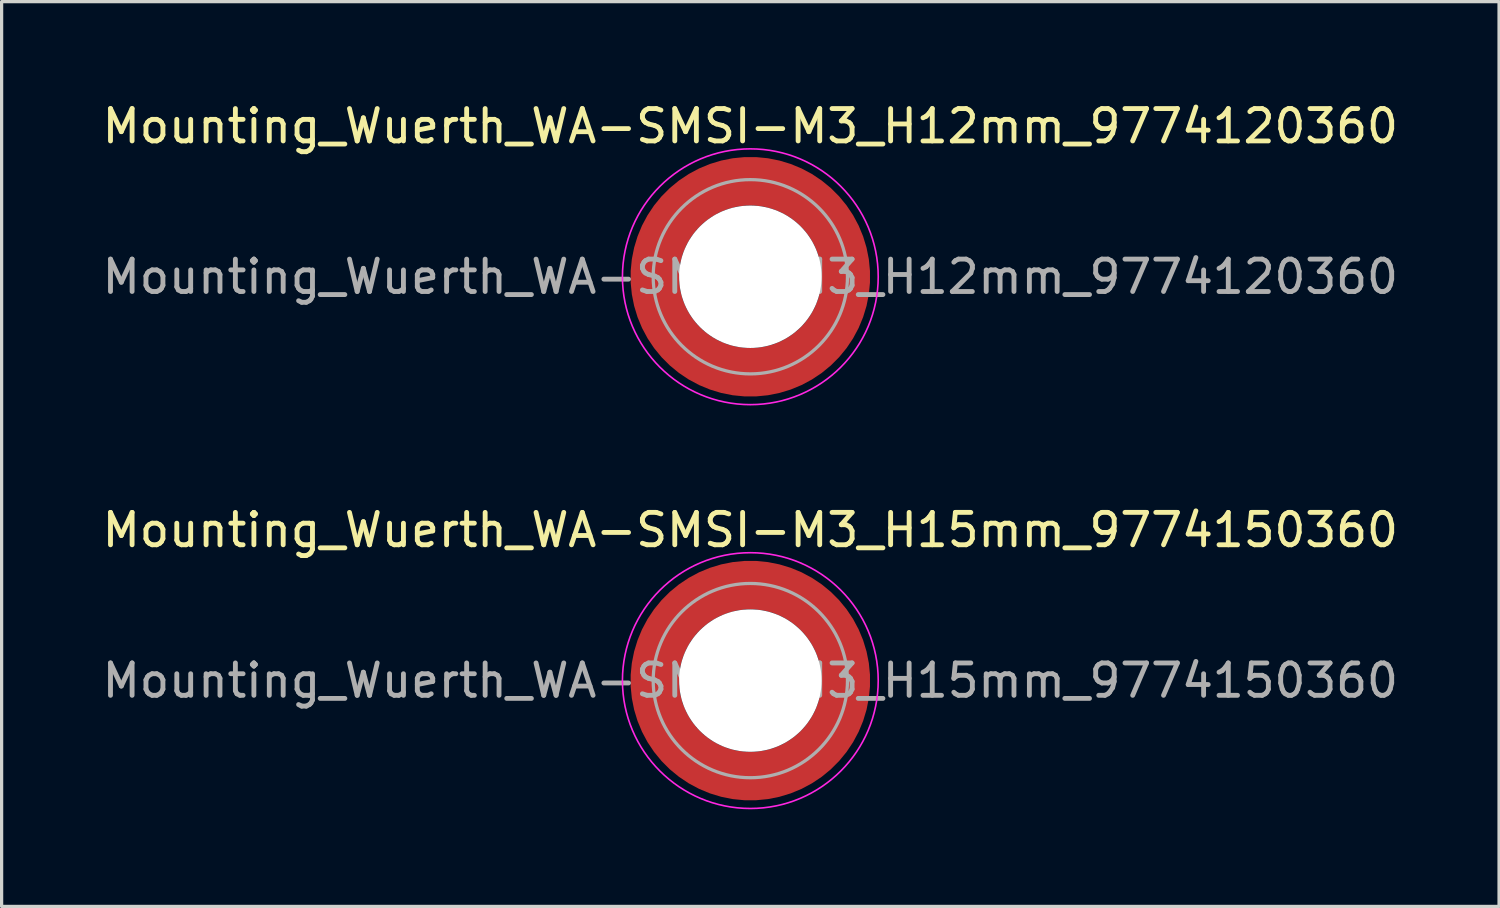
<source format=kicad_pcb>
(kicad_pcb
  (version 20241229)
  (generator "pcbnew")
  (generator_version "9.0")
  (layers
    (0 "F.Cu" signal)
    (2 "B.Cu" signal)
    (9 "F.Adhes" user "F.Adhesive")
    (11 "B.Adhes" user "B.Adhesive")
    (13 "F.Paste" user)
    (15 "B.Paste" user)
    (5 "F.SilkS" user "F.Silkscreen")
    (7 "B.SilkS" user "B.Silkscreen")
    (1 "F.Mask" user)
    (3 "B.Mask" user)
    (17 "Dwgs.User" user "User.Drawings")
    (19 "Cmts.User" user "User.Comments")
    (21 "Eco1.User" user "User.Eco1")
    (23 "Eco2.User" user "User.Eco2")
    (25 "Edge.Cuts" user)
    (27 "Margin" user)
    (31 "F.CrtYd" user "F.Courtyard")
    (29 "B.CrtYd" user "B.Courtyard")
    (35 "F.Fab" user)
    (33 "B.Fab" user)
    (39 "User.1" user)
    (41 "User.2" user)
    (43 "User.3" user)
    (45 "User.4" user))
  (footprint "Mounting_Wuerth_WA-SMSI-M3_H12mm_9774120360"
    (layer "F.Cu")
    (at 20.125 5.498)
    (property "Reference" "Mounting_Wuerth_WA-SMSI-M3_H12mm_9774120360" (at 0 -4.65 0) (layer "F.SilkS") (effects (font (size 1 1) (thickness 0.15))))
    (attr smd)
    (fp_circle (center 0 0) (end 3.95 0) (stroke (width 0.05) (type solid)) (fill no) (layer "F.CrtYd"))
    (fp_circle (center 0 0) (end 3 0) (stroke (width 0.1) (type solid)) (fill no) (layer "F.Fab"))
    (fp_text user "${REFERENCE}" (at 0 0 0) (layer "F.Fab") (effects (font (size 1 1) (thickness 0.15))))
    (pad "" smd custom (at -2.058 -2.058) (size 0.7 0.7) (layers "F.Paste") (options (anchor circle)) (primitives (gr_arc (start -0.377294 1.707681) (mid 0.317579 0.318817) (end 1.705947 -0.377044) (width 0.2)) (gr_arc (start -0.478281 1.707681) (mid 0.246161 0.248814) (end 1.703965 -0.477765) (width 0.2)) (gr_arc (start -0.579192 1.707681) (mid 0.175492 0.178063) (end 1.704077 -0.578711) (width 0.2)) (gr_arc (start -0.680037 1.707681) (mid 0.105568 0.106564) (end 1.706284 -0.679858) (width 0.2)) (gr_arc (start -0.780822 1.707681) (mid 0.034627 0.036085) (end 1.705634 -0.780569) (width 0.2)) (gr_arc (start -0.881554 1.707681) (mid -0.035694 -0.035016) (end 1.706729 -0.881441) (width 0.2)) (gr_arc (start -0.982237 1.707681) (mid -0.107281 -0.10485) (end 1.704266 -0.981842) (width 0.2)) (gr_arc (start -1.082877 1.707681) (mid -0.178372 -0.175181) (end 1.703197 -1.082374) (width 0.2)) (gr_arc (start -1.183476 1.707681) (mid -0.248964 -0.246008) (end 1.703525 -1.183025) (width 0.2)) (gr_arc (start -1.28404 1.707681) (mid -0.319062 -0.317333) (end 1.70525 -1.283784) (width 0.2)) (gr_line (start 1.708 -0.377) (end 1.708 -1.284) (width 0.2)) (gr_line (start -0.377 1.708) (end -1.284 1.708) (width 0.2))))
    (pad "" smd custom (at -2.058 2.058) (size 0.7 0.7) (layers "F.Paste") (options (anchor circle)) (primitives (gr_arc (start 1.707681 0.377294) (mid 0.318817 -0.317579) (end -0.377044 -1.705947) (width 0.2)) (gr_arc (start 1.707681 0.478281) (mid 0.248814 -0.246161) (end -0.477765 -1.703965) (width 0.2)) (gr_arc (start 1.707681 0.579192) (mid 0.178063 -0.175492) (end -0.578711 -1.704077) (width 0.2)) (gr_arc (start 1.707681 0.680037) (mid 0.106564 -0.105568) (end -0.679858 -1.706284) (width 0.2)) (gr_arc (start 1.707681 0.780822) (mid 0.036085 -0.034627) (end -0.780569 -1.705634) (width 0.2)) (gr_arc (start 1.707681 0.881554) (mid -0.035016 0.035694) (end -0.881441 -1.706729) (width 0.2)) (gr_arc (start 1.707681 0.982237) (mid -0.10485 0.107281) (end -0.981842 -1.704266) (width 0.2)) (gr_arc (start 1.707681 1.082877) (mid -0.175181 0.178372) (end -1.082374 -1.703197) (width 0.2)) (gr_arc (start 1.707681 1.183476) (mid -0.246008 0.248964) (end -1.183025 -1.703525) (width 0.2)) (gr_arc (start 1.707681 1.28404) (mid -0.317333 0.319062) (end -1.283784 -1.70525) (width 0.2)) (gr_line (start -0.377 -1.708) (end -1.284 -1.708) (width 0.2)) (gr_line (start 1.708 0.377) (end 1.708 1.284) (width 0.2))))
    (pad "" np_thru_hole circle (at 0 0) (size 4.4 4.4) (drill 4.4) (layers "*.Cu" "*.Mask"))
    (pad "" smd custom (at 2.058 -2.058) (size 0.7 0.7) (layers "F.Paste") (options (anchor circle)) (primitives (gr_arc (start -1.707681 -0.377294) (mid -0.318817 0.317579) (end 0.377044 1.705947) (width 0.2)) (gr_arc (start -1.707681 -0.478281) (mid -0.248814 0.246161) (end 0.477765 1.703965) (width 0.2)) (gr_arc (start -1.707681 -0.579192) (mid -0.178063 0.175492) (end 0.578711 1.704077) (width 0.2)) (gr_arc (start -1.707681 -0.680037) (mid -0.106564 0.105568) (end 0.679858 1.706284) (width 0.2)) (gr_arc (start -1.707681 -0.780822) (mid -0.036085 0.034627) (end 0.780569 1.705634) (width 0.2)) (gr_arc (start -1.707681 -0.881554) (mid 0.035016 -0.035694) (end 0.881441 1.706729) (width 0.2)) (gr_arc (start -1.707681 -0.982237) (mid 0.10485 -0.107281) (end 0.981842 1.704266) (width 0.2)) (gr_arc (start -1.707681 -1.082877) (mid 0.175181 -0.178372) (end 1.082374 1.703197) (width 0.2)) (gr_arc (start -1.707681 -1.183476) (mid 0.246008 -0.248964) (end 1.183025 1.703525) (width 0.2)) (gr_arc (start -1.707681 -1.28404) (mid 0.317333 -0.319062) (end 1.283784 1.70525) (width 0.2)) (gr_line (start 0.377 1.708) (end 1.284 1.708) (width 0.2)) (gr_line (start -1.708 -0.377) (end -1.708 -1.284) (width 0.2))))
    (pad "" smd custom (at 2.058 2.058) (size 0.7 0.7) (layers "F.Paste") (options (anchor circle)) (primitives (gr_arc (start 0.377294 -1.707681) (mid -0.317579 -0.318817) (end -1.705947 0.377044) (width 0.2)) (gr_arc (start 0.478281 -1.707681) (mid -0.246161 -0.248814) (end -1.703965 0.477765) (width 0.2)) (gr_arc (start 0.579192 -1.707681) (mid -0.175492 -0.178063) (end -1.704077 0.578711) (width 0.2)) (gr_arc (start 0.680037 -1.707681) (mid -0.105568 -0.106564) (end -1.706284 0.679858) (width 0.2)) (gr_arc (start 0.780822 -1.707681) (mid -0.034627 -0.036085) (end -1.705634 0.780569) (width 0.2)) (gr_arc (start 0.881554 -1.707681) (mid 0.035694 0.035016) (end -1.706729 0.881441) (width 0.2)) (gr_arc (start 0.982237 -1.707681) (mid 0.107281 0.10485) (end -1.704266 0.981842) (width 0.2)) (gr_arc (start 1.082877 -1.707681) (mid 0.178372 0.175181) (end -1.703197 1.082374) (width 0.2)) (gr_arc (start 1.183476 -1.707681) (mid 0.248964 0.246008) (end -1.703525 1.183025) (width 0.2)) (gr_arc (start 1.28404 -1.707681) (mid 0.319062 0.317333) (end -1.70525 1.283784) (width 0.2)) (gr_line (start -1.708 0.377) (end -1.708 1.284) (width 0.2)) (gr_line (start 0.377 -1.708) (end 1.284 -1.708) (width 0.2))))
    (pad "1" smd circle (at -2.95 0) (size 1.1 1.1) (layers "F.Cu"))
    (pad "1" smd circle (at 0 -2.95) (size 1.1 1.1) (layers "F.Cu"))
    (pad "1" smd circle (at 0 2.95) (size 1.1 1.1) (layers "F.Cu"))
    (pad "1" smd custom (at 2.95 0) (size 1.1 1.1) (layers "F.Cu" "F.Mask") (options (anchor circle)) (primitives (gr_circle (center -2.95 0) (end 0 0) (width 1.5) (fill no)))))
  (footprint "Mounting_Wuerth_WA-SMSI-M3_H15mm_9774150360"
    (layer "F.Cu")
    (at 20.125 17.971)
    (property "Reference" "Mounting_Wuerth_WA-SMSI-M3_H15mm_9774150360" (at 0 -4.65 0) (layer "F.SilkS") (effects (font (size 1 1) (thickness 0.15))))
    (attr smd)
    (fp_circle (center 0 0) (end 3.95 0) (stroke (width 0.05) (type solid)) (fill no) (layer "F.CrtYd"))
    (fp_circle (center 0 0) (end 3 0) (stroke (width 0.1) (type solid)) (fill no) (layer "F.Fab"))
    (fp_text user "${REFERENCE}" (at 0 0 0) (layer "F.Fab") (effects (font (size 1 1) (thickness 0.15))))
    (pad "" smd custom (at -2.058 -2.058) (size 0.7 0.7) (layers "F.Paste") (options (anchor circle)) (primitives (gr_arc (start -0.377294 1.707681) (mid 0.317579 0.318817) (end 1.705947 -0.377044) (width 0.2)) (gr_arc (start -0.478281 1.707681) (mid 0.246161 0.248814) (end 1.703965 -0.477765) (width 0.2)) (gr_arc (start -0.579192 1.707681) (mid 0.175492 0.178063) (end 1.704077 -0.578711) (width 0.2)) (gr_arc (start -0.680037 1.707681) (mid 0.105568 0.106564) (end 1.706284 -0.679858) (width 0.2)) (gr_arc (start -0.780822 1.707681) (mid 0.034627 0.036085) (end 1.705634 -0.780569) (width 0.2)) (gr_arc (start -0.881554 1.707681) (mid -0.035694 -0.035016) (end 1.706729 -0.881441) (width 0.2)) (gr_arc (start -0.982237 1.707681) (mid -0.107281 -0.10485) (end 1.704266 -0.981842) (width 0.2)) (gr_arc (start -1.082877 1.707681) (mid -0.178372 -0.175181) (end 1.703197 -1.082374) (width 0.2)) (gr_arc (start -1.183476 1.707681) (mid -0.248964 -0.246008) (end 1.703525 -1.183025) (width 0.2)) (gr_arc (start -1.28404 1.707681) (mid -0.319062 -0.317333) (end 1.70525 -1.283784) (width 0.2)) (gr_line (start 1.708 -0.377) (end 1.708 -1.284) (width 0.2)) (gr_line (start -0.377 1.708) (end -1.284 1.708) (width 0.2))))
    (pad "" smd custom (at -2.058 2.058) (size 0.7 0.7) (layers "F.Paste") (options (anchor circle)) (primitives (gr_arc (start 1.707681 0.377294) (mid 0.318817 -0.317579) (end -0.377044 -1.705947) (width 0.2)) (gr_arc (start 1.707681 0.478281) (mid 0.248814 -0.246161) (end -0.477765 -1.703965) (width 0.2)) (gr_arc (start 1.707681 0.579192) (mid 0.178063 -0.175492) (end -0.578711 -1.704077) (width 0.2)) (gr_arc (start 1.707681 0.680037) (mid 0.106564 -0.105568) (end -0.679858 -1.706284) (width 0.2)) (gr_arc (start 1.707681 0.780822) (mid 0.036085 -0.034627) (end -0.780569 -1.705634) (width 0.2)) (gr_arc (start 1.707681 0.881554) (mid -0.035016 0.035694) (end -0.881441 -1.706729) (width 0.2)) (gr_arc (start 1.707681 0.982237) (mid -0.10485 0.107281) (end -0.981842 -1.704266) (width 0.2)) (gr_arc (start 1.707681 1.082877) (mid -0.175181 0.178372) (end -1.082374 -1.703197) (width 0.2)) (gr_arc (start 1.707681 1.183476) (mid -0.246008 0.248964) (end -1.183025 -1.703525) (width 0.2)) (gr_arc (start 1.707681 1.28404) (mid -0.317333 0.319062) (end -1.283784 -1.70525) (width 0.2)) (gr_line (start -0.377 -1.708) (end -1.284 -1.708) (width 0.2)) (gr_line (start 1.708 0.377) (end 1.708 1.284) (width 0.2))))
    (pad "" np_thru_hole circle (at 0 0) (size 4.4 4.4) (drill 4.4) (layers "*.Cu" "*.Mask"))
    (pad "" smd custom (at 2.058 -2.058) (size 0.7 0.7) (layers "F.Paste") (options (anchor circle)) (primitives (gr_arc (start -1.707681 -0.377294) (mid -0.318817 0.317579) (end 0.377044 1.705947) (width 0.2)) (gr_arc (start -1.707681 -0.478281) (mid -0.248814 0.246161) (end 0.477765 1.703965) (width 0.2)) (gr_arc (start -1.707681 -0.579192) (mid -0.178063 0.175492) (end 0.578711 1.704077) (width 0.2)) (gr_arc (start -1.707681 -0.680037) (mid -0.106564 0.105568) (end 0.679858 1.706284) (width 0.2)) (gr_arc (start -1.707681 -0.780822) (mid -0.036085 0.034627) (end 0.780569 1.705634) (width 0.2)) (gr_arc (start -1.707681 -0.881554) (mid 0.035016 -0.035694) (end 0.881441 1.706729) (width 0.2)) (gr_arc (start -1.707681 -0.982237) (mid 0.10485 -0.107281) (end 0.981842 1.704266) (width 0.2)) (gr_arc (start -1.707681 -1.082877) (mid 0.175181 -0.178372) (end 1.082374 1.703197) (width 0.2)) (gr_arc (start -1.707681 -1.183476) (mid 0.246008 -0.248964) (end 1.183025 1.703525) (width 0.2)) (gr_arc (start -1.707681 -1.28404) (mid 0.317333 -0.319062) (end 1.283784 1.70525) (width 0.2)) (gr_line (start 0.377 1.708) (end 1.284 1.708) (width 0.2)) (gr_line (start -1.708 -0.377) (end -1.708 -1.284) (width 0.2))))
    (pad "" smd custom (at 2.058 2.058) (size 0.7 0.7) (layers "F.Paste") (options (anchor circle)) (primitives (gr_arc (start 0.377294 -1.707681) (mid -0.317579 -0.318817) (end -1.705947 0.377044) (width 0.2)) (gr_arc (start 0.478281 -1.707681) (mid -0.246161 -0.248814) (end -1.703965 0.477765) (width 0.2)) (gr_arc (start 0.579192 -1.707681) (mid -0.175492 -0.178063) (end -1.704077 0.578711) (width 0.2)) (gr_arc (start 0.680037 -1.707681) (mid -0.105568 -0.106564) (end -1.706284 0.679858) (width 0.2)) (gr_arc (start 0.780822 -1.707681) (mid -0.034627 -0.036085) (end -1.705634 0.780569) (width 0.2)) (gr_arc (start 0.881554 -1.707681) (mid 0.035694 0.035016) (end -1.706729 0.881441) (width 0.2)) (gr_arc (start 0.982237 -1.707681) (mid 0.107281 0.10485) (end -1.704266 0.981842) (width 0.2)) (gr_arc (start 1.082877 -1.707681) (mid 0.178372 0.175181) (end -1.703197 1.082374) (width 0.2)) (gr_arc (start 1.183476 -1.707681) (mid 0.248964 0.246008) (end -1.703525 1.183025) (width 0.2)) (gr_arc (start 1.28404 -1.707681) (mid 0.319062 0.317333) (end -1.70525 1.283784) (width 0.2)) (gr_line (start -1.708 0.377) (end -1.708 1.284) (width 0.2)) (gr_line (start 0.377 -1.708) (end 1.284 -1.708) (width 0.2))))
    (pad "1" smd circle (at -2.95 0) (size 1.1 1.1) (layers "F.Cu"))
    (pad "1" smd circle (at 0 -2.95) (size 1.1 1.1) (layers "F.Cu"))
    (pad "1" smd circle (at 0 2.95) (size 1.1 1.1) (layers "F.Cu"))
    (pad "1" smd custom (at 2.95 0) (size 1.1 1.1) (layers "F.Cu" "F.Mask") (options (anchor circle)) (primitives (gr_circle (center -2.95 0) (end 0 0) (width 1.5) (fill no)))))
  (gr_rect
    (start -3 -3)
    (end 43.25 24.947)
    (stroke (width 0.1) (type default))
    (fill no)
    (layer "Edge.Cuts")))
</source>
